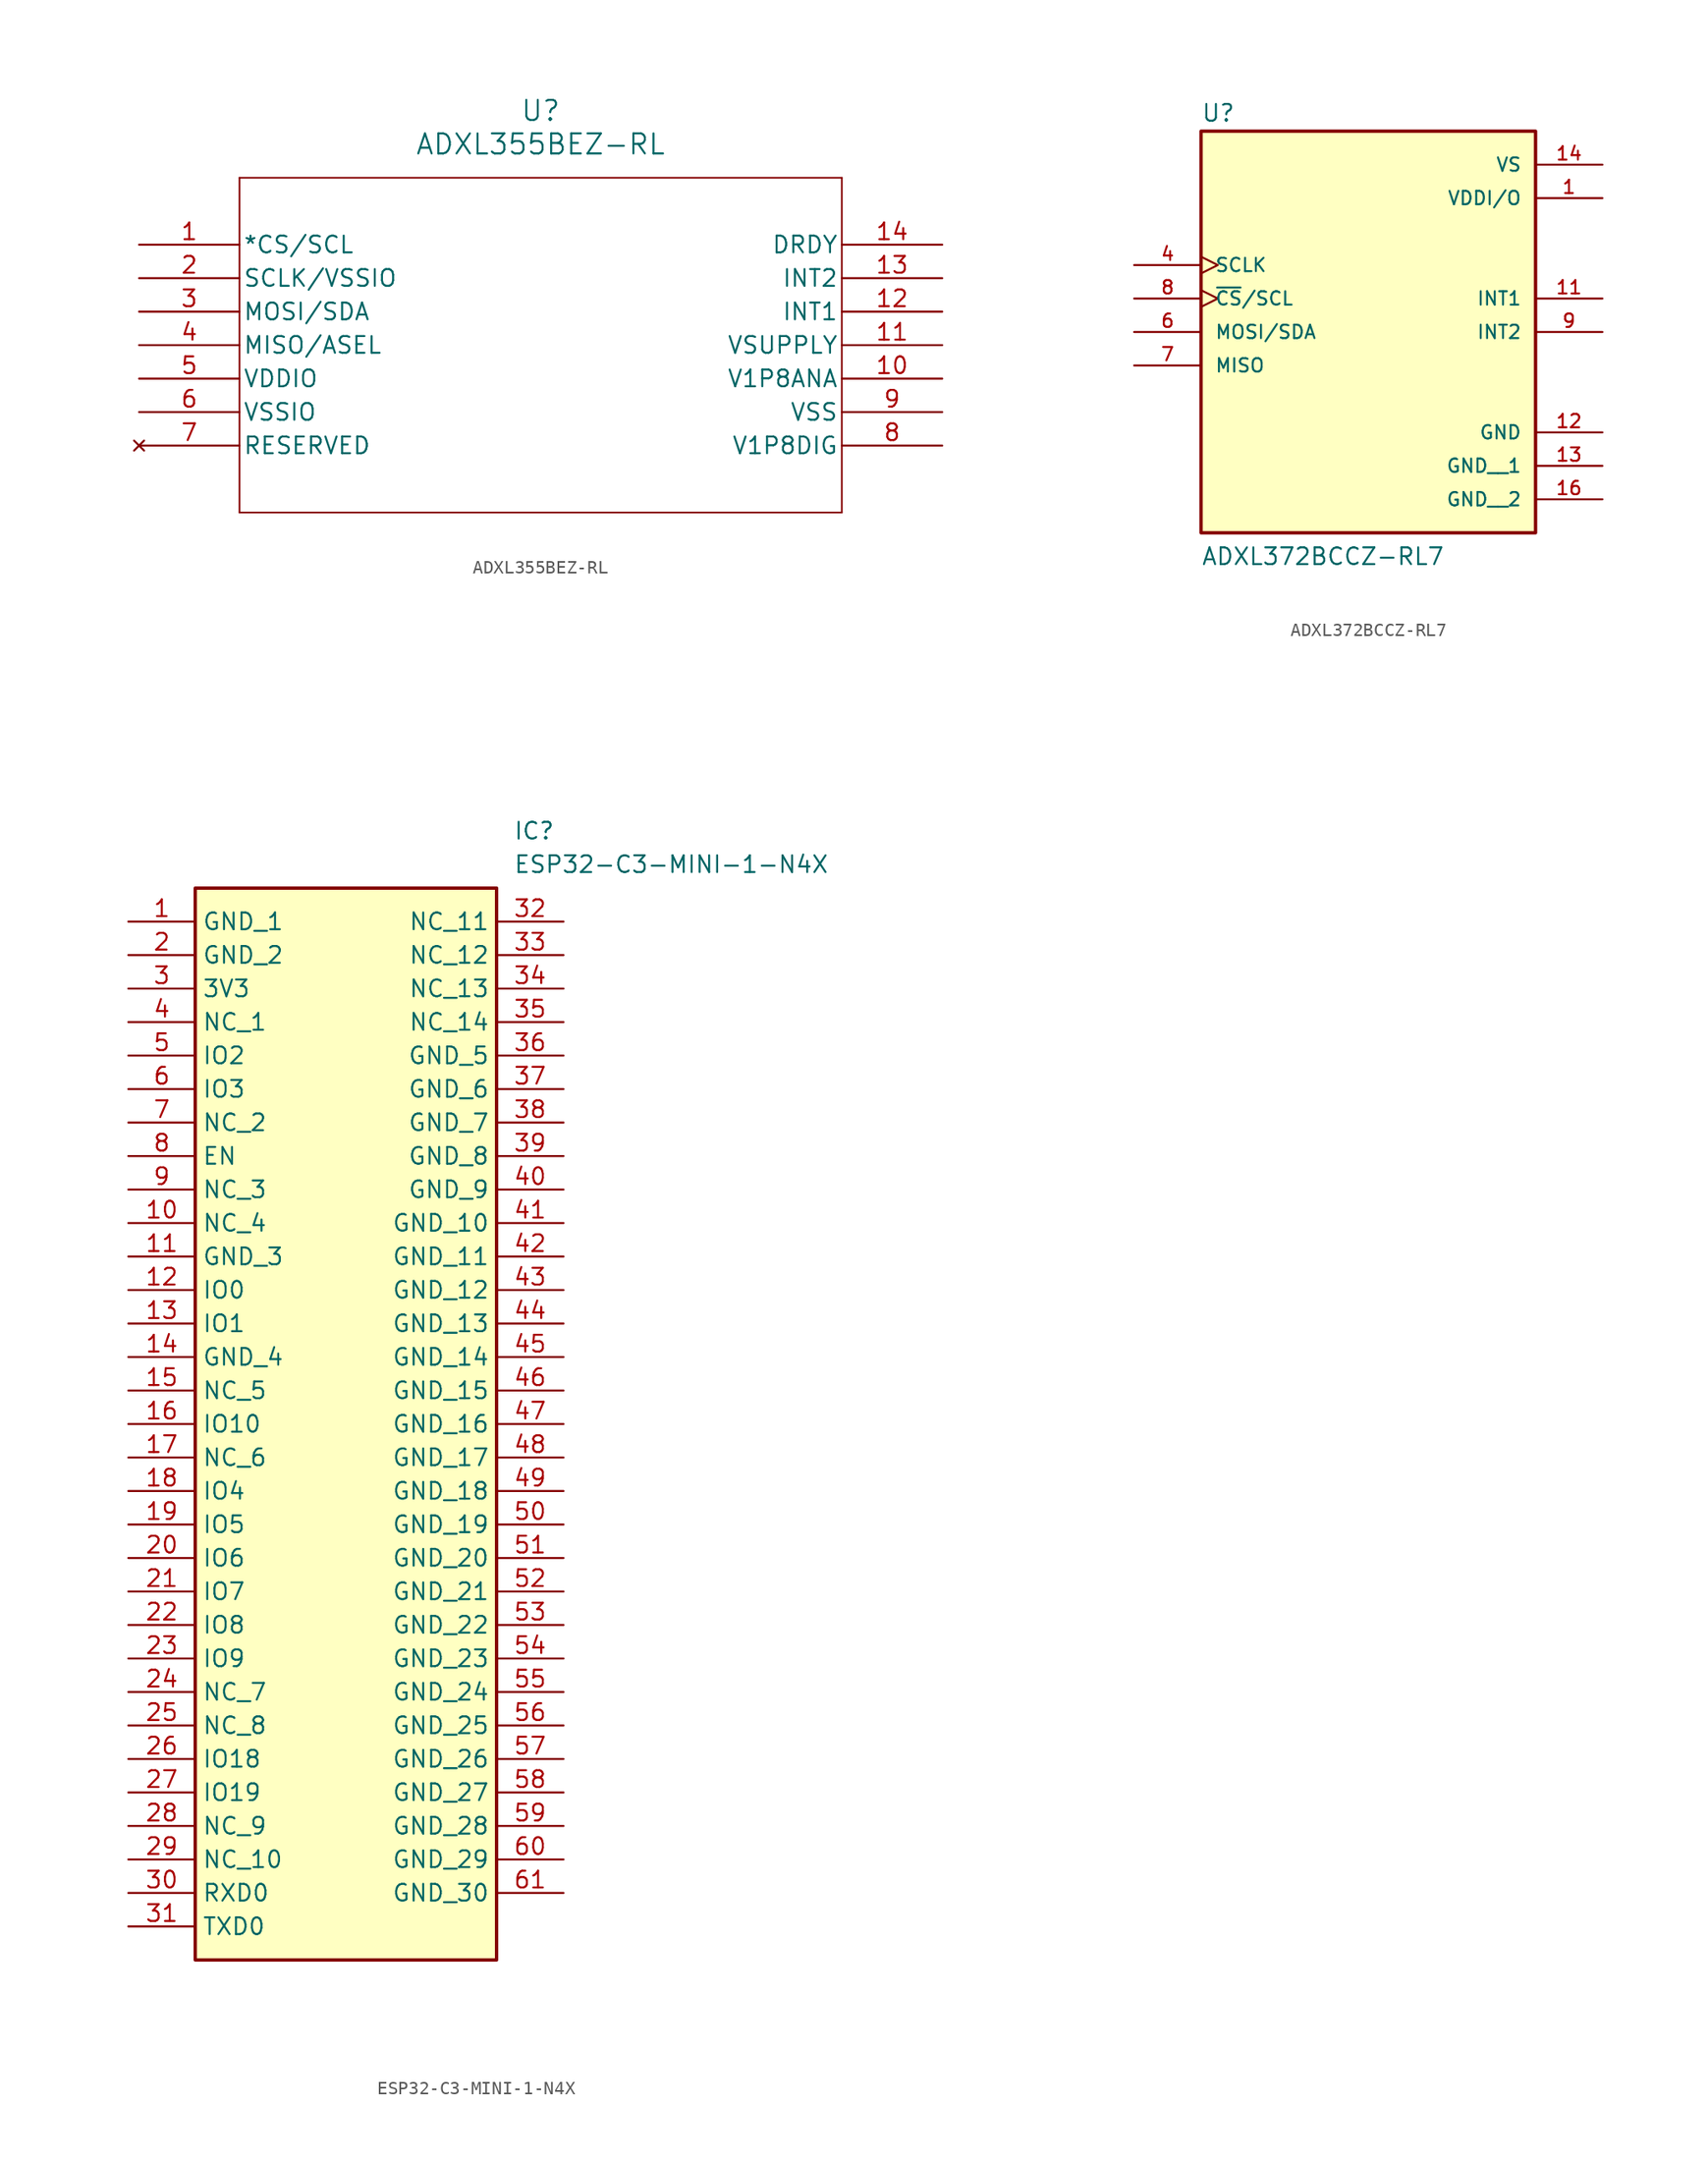
<source format=kicad_sym>
(kicad_symbol_lib
  (version 20241209)
  (generator "kicad_symbol_editor")
  (generator_version "9.0")
  (symbol "ADXL355BEZ-RL"
    (pin_names
      (offset 0.254))
    (property "Reference" "U"
      (at 30.48 10.16 0)
      (effects (font (size 1.524 1.524))))
    (property "Value" "ADXL355BEZ-RL"
      (at 30.48 7.62 0)
      (effects (font (size 1.524 1.524))))
    (property "ki_locked" ""
      (at 0 0 0)
      (effects (font (size 1.27 1.27))))
    (symbol "ADXL355BEZ-RL_0_1"
      (polyline (pts (xy 7.62 5.08) (xy 7.62 -20.32)) (stroke (width 0.127) (type default)) (fill (type none)))
      (polyline (pts (xy 7.62 -20.32) (xy 53.34 -20.32)) (stroke (width 0.127) (type default)) (fill (type none)))
      (polyline (pts (xy 53.34 5.08) (xy 7.62 5.08)) (stroke (width 0.127) (type default)) (fill (type none)))
      (polyline (pts (xy 53.34 -20.32) (xy 53.34 5.08)) (stroke (width 0.127) (type default)) (fill (type none)))
      (pin input line (at 0 0 0) (length 7.62) (name "*CS/SCL" (effects (font (size 1.27 1.27)))) (number "1" (effects (font (size 1.27 1.27)))))
      (pin power_out line (at 0 -2.54 0) (length 7.62) (name "SCLK/VSSIO" (effects (font (size 1.27 1.27)))) (number "2" (effects (font (size 1.27 1.27)))))
      (pin bidirectional line (at 0 -5.08 0) (length 7.62) (name "MOSI/SDA" (effects (font (size 1.27 1.27)))) (number "3" (effects (font (size 1.27 1.27)))))
      (pin input line (at 0 -7.62 0) (length 7.62) (name "MISO/ASEL" (effects (font (size 1.27 1.27)))) (number "4" (effects (font (size 1.27 1.27)))))
      (pin power_in line (at 0 -10.16 0) (length 7.62) (name "VDDIO" (effects (font (size 1.27 1.27)))) (number "5" (effects (font (size 1.27 1.27)))))
      (pin power_out line (at 0 -12.7 0) (length 7.62) (name "VSSIO" (effects (font (size 1.27 1.27)))) (number "6" (effects (font (size 1.27 1.27)))))
      (pin no_connect line (at 0 -15.24 0) (length 7.62) (name "RESERVED" (effects (font (size 1.27 1.27)))) (number "7" (effects (font (size 1.27 1.27)))))
      (pin unspecified line (at 60.96 0 180) (length 7.62) (name "DRDY" (effects (font (size 1.27 1.27)))) (number "14" (effects (font (size 1.27 1.27)))))
      (pin output line (at 60.96 -2.54 180) (length 7.62) (name "INT2" (effects (font (size 1.27 1.27)))) (number "13" (effects (font (size 1.27 1.27)))))
      (pin output line (at 60.96 -5.08 180) (length 7.62) (name "INT1" (effects (font (size 1.27 1.27)))) (number "12" (effects (font (size 1.27 1.27)))))
      (pin power_in line (at 60.96 -7.62 180) (length 7.62) (name "VSUPPLY" (effects (font (size 1.27 1.27)))) (number "11" (effects (font (size 1.27 1.27)))))
      (pin power_in line (at 60.96 -10.16 180) (length 7.62) (name "V1P8ANA" (effects (font (size 1.27 1.27)))) (number "10" (effects (font (size 1.27 1.27)))))
      (pin power_out line (at 60.96 -12.7 180) (length 7.62) (name "VSS" (effects (font (size 1.27 1.27)))) (number "9" (effects (font (size 1.27 1.27)))))
      (pin power_in line (at 60.96 -15.24 180) (length 7.62) (name "V1P8DIG" (effects (font (size 1.27 1.27)))) (number "8" (effects (font (size 1.27 1.27)))))))
  (symbol "ADXL372BCCZ-RL7"
    (pin_names
      (offset 1.016))
    (property "Reference" "U"
      (at -12.7 13.335 0)
      (effects (font (size 1.27 1.27)) (justify left bottom)))
    (property "Value" "ADXL372BCCZ-RL7"
      (at -12.7 -20.32 0)
      (effects (font (size 1.27 1.27)) (justify left bottom)))
    (symbol "ADXL372BCCZ-RL7_0_0"
      (rectangle (start -12.7 -17.78) (end 12.7 12.7) (stroke (width 0.254) (type default)) (fill (type background)))
      (pin input clock (at -17.78 2.54 0) (length 5.08) (name "SCLK" (effects (font (size 1.016 1.016)))) (number "4" (effects (font (size 1.016 1.016)))))
      (pin input clock (at -17.78 0 0) (length 5.08) (name "~{CS}/SCL" (effects (font (size 1.016 1.016)))) (number "8" (effects (font (size 1.016 1.016)))))
      (pin bidirectional line (at -17.78 -2.54 0) (length 5.08) (name "MOSI/SDA" (effects (font (size 1.016 1.016)))) (number "6" (effects (font (size 1.016 1.016)))))
      (pin output line (at -17.78 -5.08 0) (length 5.08) (name "MISO" (effects (font (size 1.016 1.016)))) (number "7" (effects (font (size 1.016 1.016)))))
      (pin power_in line (at 17.78 10.16 180) (length 5.08) (name "VS" (effects (font (size 1.016 1.016)))) (number "14" (effects (font (size 1.016 1.016)))))
      (pin power_in line (at 17.78 7.62 180) (length 5.08) (name "VDDI/O" (effects (font (size 1.016 1.016)))) (number "1" (effects (font (size 1.016 1.016)))))
      (pin output line (at 17.78 0 180) (length 5.08) (name "INT1" (effects (font (size 1.016 1.016)))) (number "11" (effects (font (size 1.016 1.016)))))
      (pin output line (at 17.78 -2.54 180) (length 5.08) (name "INT2" (effects (font (size 1.016 1.016)))) (number "9" (effects (font (size 1.016 1.016)))))
      (pin power_in line (at 17.78 -10.16 180) (length 5.08) (name "GND" (effects (font (size 1.016 1.016)))) (number "12" (effects (font (size 1.016 1.016)))))
      (pin power_in line (at 17.78 -12.7 180) (length 5.08) (name "GND__1" (effects (font (size 1.016 1.016)))) (number "13" (effects (font (size 1.016 1.016)))))
      (pin power_in line (at 17.78 -15.24 180) (length 5.08) (name "GND__2" (effects (font (size 1.016 1.016)))) (number "16" (effects (font (size 1.016 1.016)))))))
  (symbol "ESP32-C3-MINI-1-N4X"
    (property "Reference" "IC"
      (at 29.21 7.62 0)
      (effects (font (size 1.27 1.27)) (justify left top)))
    (property "Value" "ESP32-C3-MINI-1-N4X"
      (at 29.21 5.08 0)
      (effects (font (size 1.27 1.27)) (justify left top)))
    (symbol "ESP32-C3-MINI-1-N4X_1_1"
      (rectangle (start 5.08 2.54) (end 27.94 -78.74) (stroke (width 0.254) (type default)) (fill (type background)))
      (pin passive line (at 0 0 0) (length 5.08) (name "GND_1" (effects (font (size 1.27 1.27)))) (number "1" (effects (font (size 1.27 1.27)))))
      (pin passive line (at 0 -2.54 0) (length 5.08) (name "GND_2" (effects (font (size 1.27 1.27)))) (number "2" (effects (font (size 1.27 1.27)))))
      (pin passive line (at 0 -5.08 0) (length 5.08) (name "3V3" (effects (font (size 1.27 1.27)))) (number "3" (effects (font (size 1.27 1.27)))))
      (pin passive line (at 0 -7.62 0) (length 5.08) (name "NC_1" (effects (font (size 1.27 1.27)))) (number "4" (effects (font (size 1.27 1.27)))))
      (pin passive line (at 0 -10.16 0) (length 5.08) (name "IO2" (effects (font (size 1.27 1.27)))) (number "5" (effects (font (size 1.27 1.27)))))
      (pin passive line (at 0 -12.7 0) (length 5.08) (name "IO3" (effects (font (size 1.27 1.27)))) (number "6" (effects (font (size 1.27 1.27)))))
      (pin passive line (at 0 -15.24 0) (length 5.08) (name "NC_2" (effects (font (size 1.27 1.27)))) (number "7" (effects (font (size 1.27 1.27)))))
      (pin passive line (at 0 -17.78 0) (length 5.08) (name "EN" (effects (font (size 1.27 1.27)))) (number "8" (effects (font (size 1.27 1.27)))))
      (pin passive line (at 0 -20.32 0) (length 5.08) (name "NC_3" (effects (font (size 1.27 1.27)))) (number "9" (effects (font (size 1.27 1.27)))))
      (pin passive line (at 0 -22.86 0) (length 5.08) (name "NC_4" (effects (font (size 1.27 1.27)))) (number "10" (effects (font (size 1.27 1.27)))))
      (pin passive line (at 0 -25.4 0) (length 5.08) (name "GND_3" (effects (font (size 1.27 1.27)))) (number "11" (effects (font (size 1.27 1.27)))))
      (pin passive line (at 0 -27.94 0) (length 5.08) (name "IO0" (effects (font (size 1.27 1.27)))) (number "12" (effects (font (size 1.27 1.27)))))
      (pin passive line (at 0 -30.48 0) (length 5.08) (name "IO1" (effects (font (size 1.27 1.27)))) (number "13" (effects (font (size 1.27 1.27)))))
      (pin passive line (at 0 -33.02 0) (length 5.08) (name "GND_4" (effects (font (size 1.27 1.27)))) (number "14" (effects (font (size 1.27 1.27)))))
      (pin passive line (at 0 -35.56 0) (length 5.08) (name "NC_5" (effects (font (size 1.27 1.27)))) (number "15" (effects (font (size 1.27 1.27)))))
      (pin passive line (at 0 -38.1 0) (length 5.08) (name "IO10" (effects (font (size 1.27 1.27)))) (number "16" (effects (font (size 1.27 1.27)))))
      (pin passive line (at 0 -40.64 0) (length 5.08) (name "NC_6" (effects (font (size 1.27 1.27)))) (number "17" (effects (font (size 1.27 1.27)))))
      (pin passive line (at 0 -43.18 0) (length 5.08) (name "IO4" (effects (font (size 1.27 1.27)))) (number "18" (effects (font (size 1.27 1.27)))))
      (pin passive line (at 0 -45.72 0) (length 5.08) (name "IO5" (effects (font (size 1.27 1.27)))) (number "19" (effects (font (size 1.27 1.27)))))
      (pin passive line (at 0 -48.26 0) (length 5.08) (name "IO6" (effects (font (size 1.27 1.27)))) (number "20" (effects (font (size 1.27 1.27)))))
      (pin passive line (at 0 -50.8 0) (length 5.08) (name "IO7" (effects (font (size 1.27 1.27)))) (number "21" (effects (font (size 1.27 1.27)))))
      (pin passive line (at 0 -53.34 0) (length 5.08) (name "IO8" (effects (font (size 1.27 1.27)))) (number "22" (effects (font (size 1.27 1.27)))))
      (pin passive line (at 0 -55.88 0) (length 5.08) (name "IO9" (effects (font (size 1.27 1.27)))) (number "23" (effects (font (size 1.27 1.27)))))
      (pin passive line (at 0 -58.42 0) (length 5.08) (name "NC_7" (effects (font (size 1.27 1.27)))) (number "24" (effects (font (size 1.27 1.27)))))
      (pin passive line (at 0 -60.96 0) (length 5.08) (name "NC_8" (effects (font (size 1.27 1.27)))) (number "25" (effects (font (size 1.27 1.27)))))
      (pin passive line (at 0 -63.5 0) (length 5.08) (name "IO18" (effects (font (size 1.27 1.27)))) (number "26" (effects (font (size 1.27 1.27)))))
      (pin passive line (at 0 -66.04 0) (length 5.08) (name "IO19" (effects (font (size 1.27 1.27)))) (number "27" (effects (font (size 1.27 1.27)))))
      (pin passive line (at 0 -68.58 0) (length 5.08) (name "NC_9" (effects (font (size 1.27 1.27)))) (number "28" (effects (font (size 1.27 1.27)))))
      (pin passive line (at 0 -71.12 0) (length 5.08) (name "NC_10" (effects (font (size 1.27 1.27)))) (number "29" (effects (font (size 1.27 1.27)))))
      (pin passive line (at 0 -73.66 0) (length 5.08) (name "RXD0" (effects (font (size 1.27 1.27)))) (number "30" (effects (font (size 1.27 1.27)))))
      (pin passive line (at 0 -76.2 0) (length 5.08) (name "TXD0" (effects (font (size 1.27 1.27)))) (number "31" (effects (font (size 1.27 1.27)))))
      (pin passive line (at 33.02 0 180) (length 5.08) (name "NC_11" (effects (font (size 1.27 1.27)))) (number "32" (effects (font (size 1.27 1.27)))))
      (pin passive line (at 33.02 -2.54 180) (length 5.08) (name "NC_12" (effects (font (size 1.27 1.27)))) (number "33" (effects (font (size 1.27 1.27)))))
      (pin passive line (at 33.02 -5.08 180) (length 5.08) (name "NC_13" (effects (font (size 1.27 1.27)))) (number "34" (effects (font (size 1.27 1.27)))))
      (pin passive line (at 33.02 -7.62 180) (length 5.08) (name "NC_14" (effects (font (size 1.27 1.27)))) (number "35" (effects (font (size 1.27 1.27)))))
      (pin passive line (at 33.02 -10.16 180) (length 5.08) (name "GND_5" (effects (font (size 1.27 1.27)))) (number "36" (effects (font (size 1.27 1.27)))))
      (pin passive line (at 33.02 -12.7 180) (length 5.08) (name "GND_6" (effects (font (size 1.27 1.27)))) (number "37" (effects (font (size 1.27 1.27)))))
      (pin passive line (at 33.02 -15.24 180) (length 5.08) (name "GND_7" (effects (font (size 1.27 1.27)))) (number "38" (effects (font (size 1.27 1.27)))))
      (pin passive line (at 33.02 -17.78 180) (length 5.08) (name "GND_8" (effects (font (size 1.27 1.27)))) (number "39" (effects (font (size 1.27 1.27)))))
      (pin passive line (at 33.02 -20.32 180) (length 5.08) (name "GND_9" (effects (font (size 1.27 1.27)))) (number "40" (effects (font (size 1.27 1.27)))))
      (pin passive line (at 33.02 -22.86 180) (length 5.08) (name "GND_10" (effects (font (size 1.27 1.27)))) (number "41" (effects (font (size 1.27 1.27)))))
      (pin passive line (at 33.02 -25.4 180) (length 5.08) (name "GND_11" (effects (font (size 1.27 1.27)))) (number "42" (effects (font (size 1.27 1.27)))))
      (pin passive line (at 33.02 -27.94 180) (length 5.08) (name "GND_12" (effects (font (size 1.27 1.27)))) (number "43" (effects (font (size 1.27 1.27)))))
      (pin passive line (at 33.02 -30.48 180) (length 5.08) (name "GND_13" (effects (font (size 1.27 1.27)))) (number "44" (effects (font (size 1.27 1.27)))))
      (pin passive line (at 33.02 -33.02 180) (length 5.08) (name "GND_14" (effects (font (size 1.27 1.27)))) (number "45" (effects (font (size 1.27 1.27)))))
      (pin passive line (at 33.02 -35.56 180) (length 5.08) (name "GND_15" (effects (font (size 1.27 1.27)))) (number "46" (effects (font (size 1.27 1.27)))))
      (pin passive line (at 33.02 -38.1 180) (length 5.08) (name "GND_16" (effects (font (size 1.27 1.27)))) (number "47" (effects (font (size 1.27 1.27)))))
      (pin passive line (at 33.02 -40.64 180) (length 5.08) (name "GND_17" (effects (font (size 1.27 1.27)))) (number "48" (effects (font (size 1.27 1.27)))))
      (pin passive line (at 33.02 -43.18 180) (length 5.08) (name "GND_18" (effects (font (size 1.27 1.27)))) (number "49" (effects (font (size 1.27 1.27)))))
      (pin passive line (at 33.02 -45.72 180) (length 5.08) (name "GND_19" (effects (font (size 1.27 1.27)))) (number "50" (effects (font (size 1.27 1.27)))))
      (pin passive line (at 33.02 -48.26 180) (length 5.08) (name "GND_20" (effects (font (size 1.27 1.27)))) (number "51" (effects (font (size 1.27 1.27)))))
      (pin passive line (at 33.02 -50.8 180) (length 5.08) (name "GND_21" (effects (font (size 1.27 1.27)))) (number "52" (effects (font (size 1.27 1.27)))))
      (pin passive line (at 33.02 -53.34 180) (length 5.08) (name "GND_22" (effects (font (size 1.27 1.27)))) (number "53" (effects (font (size 1.27 1.27)))))
      (pin passive line (at 33.02 -55.88 180) (length 5.08) (name "GND_23" (effects (font (size 1.27 1.27)))) (number "54" (effects (font (size 1.27 1.27)))))
      (pin passive line (at 33.02 -58.42 180) (length 5.08) (name "GND_24" (effects (font (size 1.27 1.27)))) (number "55" (effects (font (size 1.27 1.27)))))
      (pin passive line (at 33.02 -60.96 180) (length 5.08) (name "GND_25" (effects (font (size 1.27 1.27)))) (number "56" (effects (font (size 1.27 1.27)))))
      (pin passive line (at 33.02 -63.5 180) (length 5.08) (name "GND_26" (effects (font (size 1.27 1.27)))) (number "57" (effects (font (size 1.27 1.27)))))
      (pin passive line (at 33.02 -66.04 180) (length 5.08) (name "GND_27" (effects (font (size 1.27 1.27)))) (number "58" (effects (font (size 1.27 1.27)))))
      (pin passive line (at 33.02 -68.58 180) (length 5.08) (name "GND_28" (effects (font (size 1.27 1.27)))) (number "59" (effects (font (size 1.27 1.27)))))
      (pin passive line (at 33.02 -71.12 180) (length 5.08) (name "GND_29" (effects (font (size 1.27 1.27)))) (number "60" (effects (font (size 1.27 1.27)))))
      (pin passive line (at 33.02 -73.66 180) (length 5.08) (name "GND_30" (effects (font (size 1.27 1.27)))) (number "61" (effects (font (size 1.27 1.27))))))))
</source>
